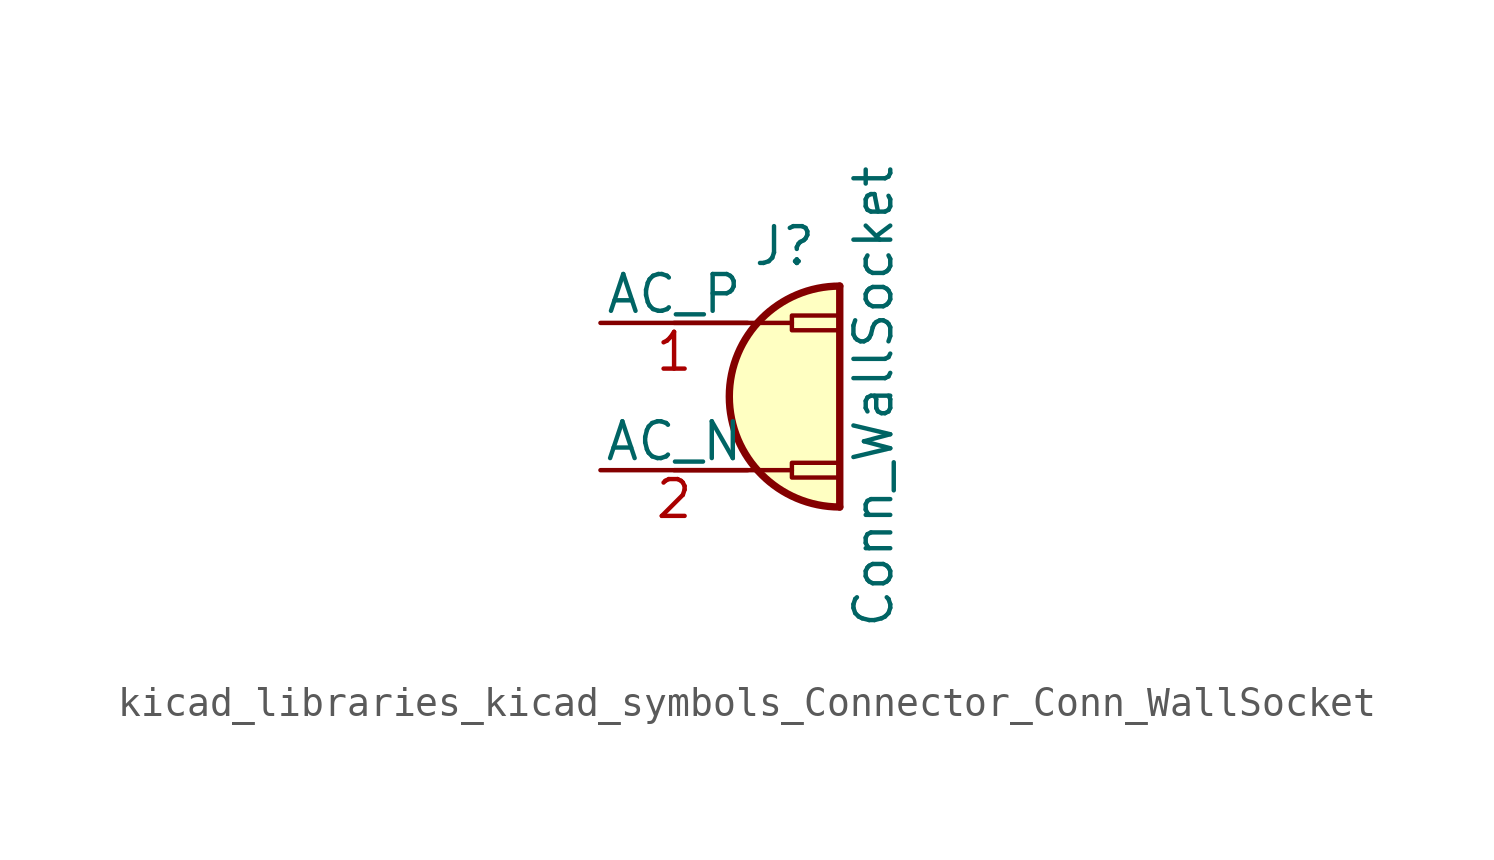
<source format=kicad_sym>
(kicad_symbol_lib
  (version 20220914)
  (generator kicad_symbol_editor)
  (symbol "kicad_libraries_kicad_symbols_Connector_Conn_WallSocket"
    (pin_names
      (offset 0))
    (property "Reference" "J"
      (at 1.27 4.445 0)
      (effects (font (size 1.27 1.27)) (justify bottom)))
    (property "Value" "Conn_WallSocket"
      (at 5.08 0 90)
      (effects (font (size 1.27 1.27)) (justify bottom)))
    (symbol "kicad_libraries_kicad_symbols_Connector_Conn_WallSocket_0_1"
      (polyline (pts (xy 1.524 -2.54) (xy -2.54 -2.54)) (stroke (width 0) (type default)) (fill (type none)))
      (polyline (pts (xy 1.524 2.54) (xy -2.54 2.54)) (stroke (width 0) (type default)) (fill (type none)))
      (polyline (pts (xy 3.175 -3.81) (xy 3.175 3.81)) (stroke (width 0.254) (type default)) (fill (type none)))
      (rectangle (start 3.175 -2.794) (end 1.524 -2.286) (stroke (width 0) (type default)) (fill (type none)))
      (rectangle (start 3.175 2.286) (end 1.524 2.794) (stroke (width 0) (type default)) (fill (type none)))
      (arc (start 3.175 3.81) (mid -0.6184 0) (end 3.175 -3.81) (stroke (width 0.254) (type default)) (fill (type background))))
    (symbol "kicad_libraries_kicad_symbols_Connector_Conn_WallSocket_1_1"
      (pin power_in line (at -5.08 2.54 0) (length 5.08) (name "AC_P" (effects (font (size 1.27 1.27)))) (number "1" (effects (font (size 1.27 1.27)))))
      (pin power_in line (at -5.08 -2.54 0) (length 5.08) (name "AC_N" (effects (font (size 1.27 1.27)))) (number "2" (effects (font (size 1.27 1.27))))))))
</source>
